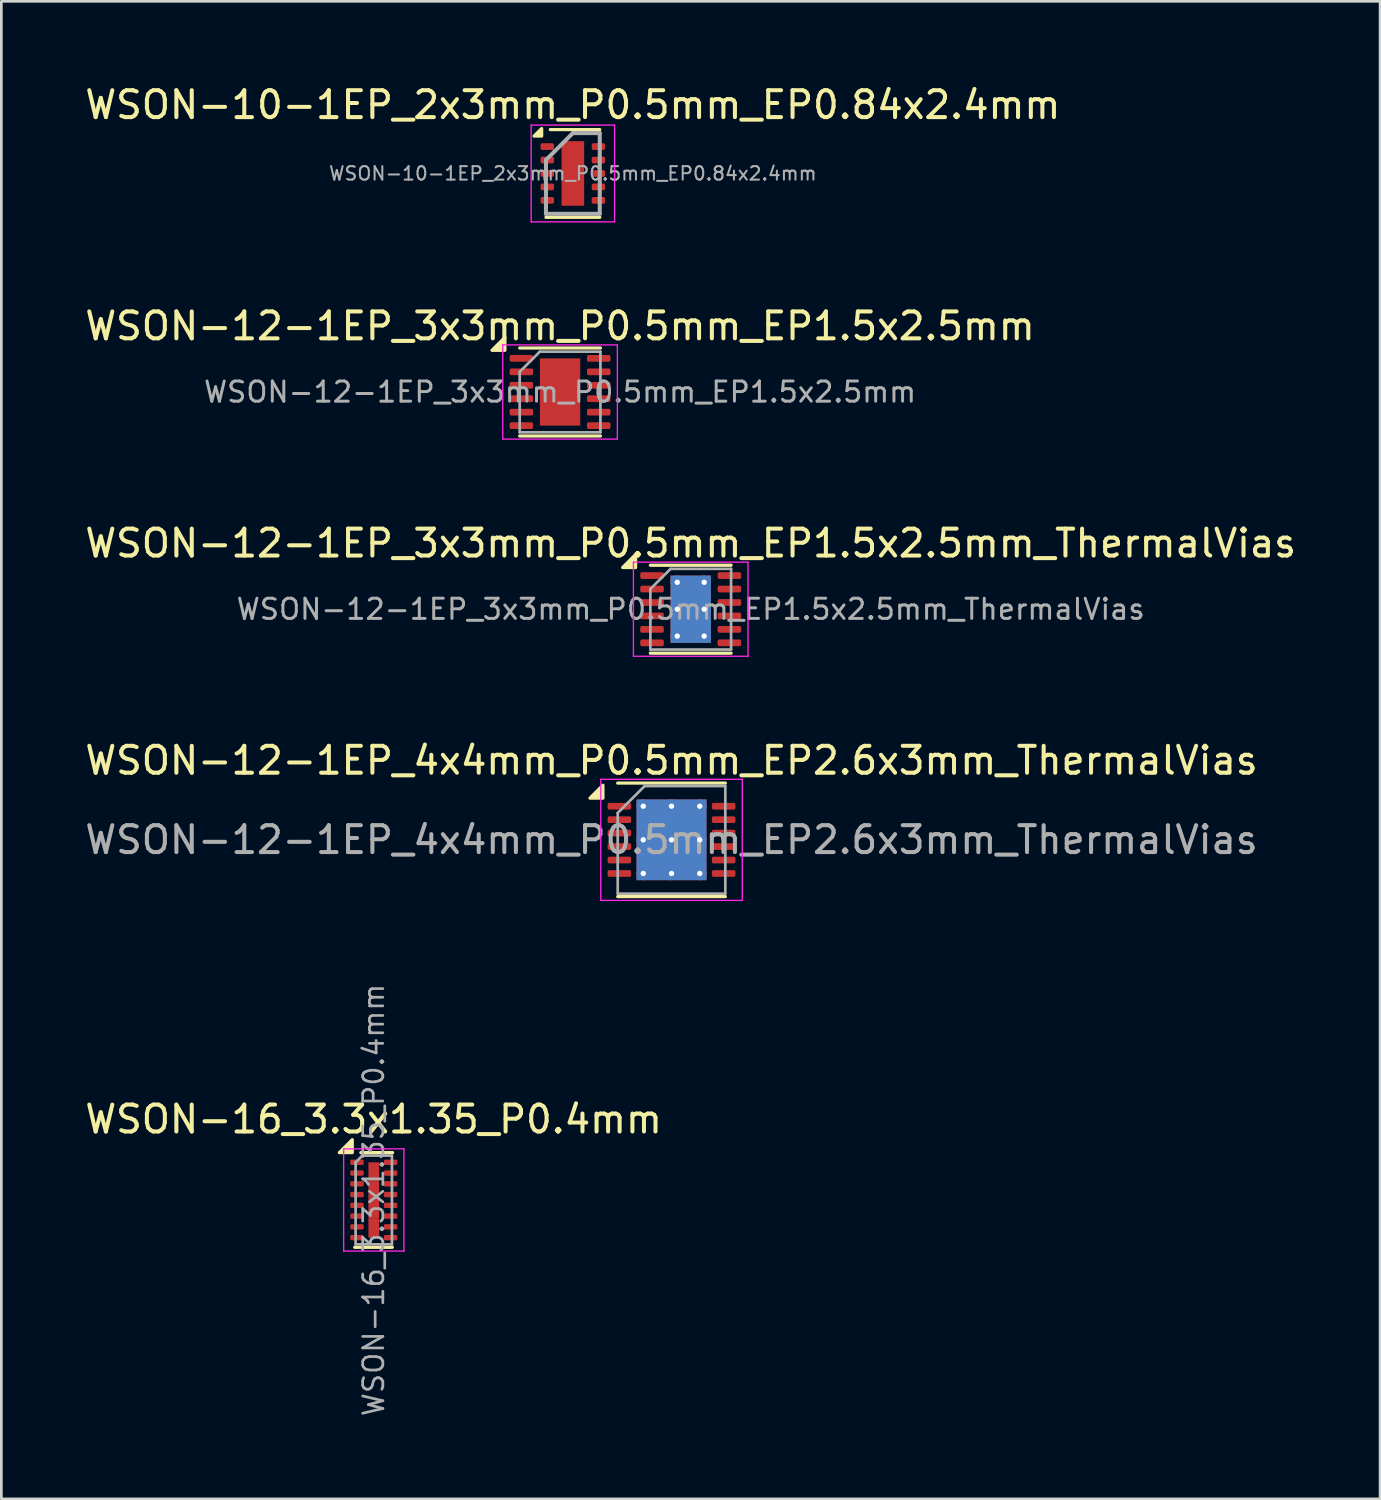
<source format=kicad_pcb>
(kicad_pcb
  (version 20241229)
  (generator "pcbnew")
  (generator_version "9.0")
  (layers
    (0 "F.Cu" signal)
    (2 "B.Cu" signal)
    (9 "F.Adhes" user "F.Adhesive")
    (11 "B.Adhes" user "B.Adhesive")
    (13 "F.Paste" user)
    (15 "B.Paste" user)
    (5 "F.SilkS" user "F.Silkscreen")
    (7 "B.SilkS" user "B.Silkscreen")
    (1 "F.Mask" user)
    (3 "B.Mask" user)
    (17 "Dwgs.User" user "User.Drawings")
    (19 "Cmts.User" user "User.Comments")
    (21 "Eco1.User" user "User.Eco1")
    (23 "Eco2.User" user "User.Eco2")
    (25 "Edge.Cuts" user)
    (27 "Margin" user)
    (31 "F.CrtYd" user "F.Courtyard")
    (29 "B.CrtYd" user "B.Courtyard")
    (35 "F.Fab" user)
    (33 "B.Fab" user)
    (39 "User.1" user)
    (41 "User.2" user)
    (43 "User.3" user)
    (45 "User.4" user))
  (footprint "WSON-10-1EP_2x3mm_P0.5mm_EP0.84x2.4mm"
    (layer "F.Cu")
    (at 18.244 3.398)
    (property "Reference" "WSON-10-1EP_2x3mm_P0.5mm_EP0.84x2.4mm" (at 0 -2.55 0) (layer "F.SilkS") (effects (font (size 1 1) (thickness 0.15))))
    (attr smd)
    (fp_line (start -1 1.63) (end 1 1.63) (stroke (width 0.12) (type solid)) (layer "F.SilkS"))
    (fp_line (start -0.84 -1.63) (end 1 -1.63) (stroke (width 0.12) (type solid)) (layer "F.SilkS"))
    (fp_poly (pts (xy -1.16 -1.39) (xy -1.44 -1.39) (xy -1.16 -1.67) (xy -1.16 -1.39)) (stroke (width 0.12) (type solid)) (fill yes) (layer "F.SilkS"))
    (fp_line (start -1.55 -1.8) (end -1.55 1.8) (stroke (width 0.05) (type solid)) (layer "F.CrtYd"))
    (fp_line (start -1.55 -1.8) (end 1.55 -1.8) (stroke (width 0.05) (type solid)) (layer "F.CrtYd"))
    (fp_line (start -1.55 1.8) (end 1.55 1.8) (stroke (width 0.05) (type solid)) (layer "F.CrtYd"))
    (fp_line (start 1.55 -1.8) (end 1.55 1.8) (stroke (width 0.05) (type solid)) (layer "F.CrtYd"))
    (fp_line (start -1 -0.5) (end 0 -1.5) (stroke (width 0.15) (type solid)) (layer "F.Fab"))
    (fp_line (start -1 1.5) (end -1 -0.5) (stroke (width 0.15) (type solid)) (layer "F.Fab"))
    (fp_line (start 0 -1.5) (end 1 -1.5) (stroke (width 0.15) (type solid)) (layer "F.Fab"))
    (fp_line (start 1 -1.5) (end 1 1.5) (stroke (width 0.15) (type solid)) (layer "F.Fab"))
    (fp_line (start 1 1.5) (end -1 1.5) (stroke (width 0.15) (type solid)) (layer "F.Fab"))
    (fp_text user "${REFERENCE}" (at 0 0 0) (layer "F.Fab") (effects (font (size 0.5 0.5) (thickness 0.075))))
    (pad "" smd rect (at 0 -0.8) (size 0.65 0.61) (layers "F.Paste"))
    (pad "" smd rect (at 0 0) (size 0.65 0.61) (layers "F.Paste"))
    (pad "" smd rect (at 0 0.8) (size 0.65 0.61) (layers "F.Paste"))
    (pad "1" smd roundrect (at -0.95 -1) (size 0.5 0.25) (layers "F.Cu" "F.Mask" "F.Paste") (roundrect_rratio 0.25))
    (pad "2" smd roundrect (at -0.95 -0.5) (size 0.5 0.25) (layers "F.Cu" "F.Mask" "F.Paste") (roundrect_rratio 0.25))
    (pad "3" smd roundrect (at -0.95 0) (size 0.5 0.25) (layers "F.Cu" "F.Mask" "F.Paste") (roundrect_rratio 0.25))
    (pad "4" smd roundrect (at -0.95 0.5) (size 0.5 0.25) (layers "F.Cu" "F.Mask" "F.Paste") (roundrect_rratio 0.25))
    (pad "5" smd roundrect (at -0.95 1) (size 0.5 0.25) (layers "F.Cu" "F.Mask" "F.Paste") (roundrect_rratio 0.25))
    (pad "6" smd roundrect (at 0.95 1) (size 0.5 0.25) (layers "F.Cu" "F.Mask" "F.Paste") (roundrect_rratio 0.25))
    (pad "7" smd roundrect (at 0.95 0.5) (size 0.5 0.25) (layers "F.Cu" "F.Mask" "F.Paste") (roundrect_rratio 0.25))
    (pad "8" smd roundrect (at 0.95 0) (size 0.5 0.25) (layers "F.Cu" "F.Mask" "F.Paste") (roundrect_rratio 0.25))
    (pad "9" smd roundrect (at 0.95 -0.5) (size 0.5 0.25) (layers "F.Cu" "F.Mask" "F.Paste") (roundrect_rratio 0.25))
    (pad "10" smd roundrect (at 0.95 -1) (size 0.5 0.25) (layers "F.Cu" "F.Mask" "F.Paste") (roundrect_rratio 0.25))
    (pad "11" smd rect (at 0 0) (size 0.84 2.4) (layers "F.Cu" "F.Mask")))
  (footprint "WSON-12-1EP_3x3mm_P0.5mm_EP1.5x2.5mm_ThermalVias"
    (layer "F.Cu")
    (at 22.625 19.595)
    (property "Reference" "WSON-12-1EP_3x3mm_P0.5mm_EP1.5x2.5mm_ThermalVias" (at 0 -2.45 0) (layer "F.SilkS") (effects (font (size 1 1) (thickness 0.15))))
    (attr smd)
    (fp_line (start -1.5 -1.635) (end 1.5 -1.635) (stroke (width 0.12) (type solid)) (layer "F.SilkS"))
    (fp_line (start -1.5 1.635) (end 1.5 1.635) (stroke (width 0.12) (type solid)) (layer "F.SilkS"))
    (fp_poly (pts (xy -2.05 -1.55) (xy -2.53 -1.55) (xy -2.05 -2.03) (xy -2.05 -1.55)) (stroke (width 0.12) (type solid)) (fill yes) (layer "F.SilkS"))
    (fp_line (start -2.13 -1.75) (end -2.13 1.75) (stroke (width 0.05) (type solid)) (layer "F.CrtYd"))
    (fp_line (start -2.13 1.75) (end 2.13 1.75) (stroke (width 0.05) (type solid)) (layer "F.CrtYd"))
    (fp_line (start 2.13 -1.75) (end -2.13 -1.75) (stroke (width 0.05) (type solid)) (layer "F.CrtYd"))
    (fp_line (start 2.13 1.75) (end 2.13 -1.75) (stroke (width 0.05) (type solid)) (layer "F.CrtYd"))
    (fp_line (start -1.5 -0.75) (end -0.75 -1.5) (stroke (width 0.1) (type solid)) (layer "F.Fab"))
    (fp_line (start -1.5 1.5) (end -1.5 -0.75) (stroke (width 0.1) (type solid)) (layer "F.Fab"))
    (fp_line (start -0.75 -1.5) (end 1.5 -1.5) (stroke (width 0.1) (type solid)) (layer "F.Fab"))
    (fp_line (start 1.5 -1.5) (end 1.5 1.5) (stroke (width 0.1) (type solid)) (layer "F.Fab"))
    (fp_line (start 1.5 1.5) (end -1.5 1.5) (stroke (width 0.1) (type solid)) (layer "F.Fab"))
    (fp_text user "${REFERENCE}" (at 0 0 0) (layer "F.Fab") (effects (font (size 0.75 0.75) (thickness 0.11))))
    (pad "" smd roundrect (at -0.375 -0.625) (size 0.65 1.08) (layers "F.Paste") (roundrect_rratio 0.25))
    (pad "" smd roundrect (at -0.375 0.625) (size 0.65 1.08) (layers "F.Paste") (roundrect_rratio 0.25))
    (pad "" smd roundrect (at 0.375 -0.625) (size 0.65 1.08) (layers "F.Paste") (roundrect_rratio 0.25))
    (pad "" smd roundrect (at 0.375 0.625) (size 0.65 1.08) (layers "F.Paste") (roundrect_rratio 0.25))
    (pad "1" smd roundrect (at -1.438 -1.25) (size 0.875 0.25) (layers "F.Cu" "F.Mask" "F.Paste") (roundrect_rratio 0.25))
    (pad "2" smd roundrect (at -1.438 -0.75) (size 0.875 0.25) (layers "F.Cu" "F.Mask" "F.Paste") (roundrect_rratio 0.25))
    (pad "3" smd roundrect (at -1.438 -0.25) (size 0.875 0.25) (layers "F.Cu" "F.Mask" "F.Paste") (roundrect_rratio 0.25))
    (pad "4" smd roundrect (at -1.438 0.25) (size 0.875 0.25) (layers "F.Cu" "F.Mask" "F.Paste") (roundrect_rratio 0.25))
    (pad "5" smd roundrect (at -1.438 0.75) (size 0.875 0.25) (layers "F.Cu" "F.Mask" "F.Paste") (roundrect_rratio 0.25))
    (pad "6" smd roundrect (at -1.438 1.25) (size 0.875 0.25) (layers "F.Cu" "F.Mask" "F.Paste") (roundrect_rratio 0.25))
    (pad "7" smd roundrect (at 1.438 1.25) (size 0.875 0.25) (layers "F.Cu" "F.Mask" "F.Paste") (roundrect_rratio 0.25))
    (pad "8" smd roundrect (at 1.438 0.75) (size 0.875 0.25) (layers "F.Cu" "F.Mask" "F.Paste") (roundrect_rratio 0.25))
    (pad "9" smd roundrect (at 1.438 0.25) (size 0.875 0.25) (layers "F.Cu" "F.Mask" "F.Paste") (roundrect_rratio 0.25))
    (pad "10" smd roundrect (at 1.438 -0.25) (size 0.875 0.25) (layers "F.Cu" "F.Mask" "F.Paste") (roundrect_rratio 0.25))
    (pad "11" smd roundrect (at 1.438 -0.75) (size 0.875 0.25) (layers "F.Cu" "F.Mask" "F.Paste") (roundrect_rratio 0.25))
    (pad "12" smd roundrect (at 1.438 -1.25) (size 0.875 0.25) (layers "F.Cu" "F.Mask" "F.Paste") (roundrect_rratio 0.25))
    (pad "13" thru_hole circle (at -0.5 -1) (size 0.5 0.5) (drill 0.2) (property pad_prop_heatsink) (layers "*.Cu"))
    (pad "13" thru_hole circle (at -0.5 0) (size 0.5 0.5) (drill 0.2) (property pad_prop_heatsink) (layers "*.Cu"))
    (pad "13" thru_hole circle (at -0.5 1) (size 0.5 0.5) (drill 0.2) (property pad_prop_heatsink) (layers "*.Cu"))
    (pad "13" smd rect (at 0 0) (size 1.5 2.5) (property pad_prop_heatsink) (layers "F.Cu" "F.Mask"))
    (pad "13" smd rect (at 0 0) (size 1.5 2.5) (property pad_prop_heatsink) (layers "B.Cu"))
    (pad "13" thru_hole circle (at 0.5 -1) (size 0.5 0.5) (drill 0.2) (property pad_prop_heatsink) (layers "*.Cu"))
    (pad "13" thru_hole circle (at 0.5 0) (size 0.5 0.5) (drill 0.2) (property pad_prop_heatsink) (layers "*.Cu"))
    (pad "13" thru_hole circle (at 0.5 1) (size 0.5 0.5) (drill 0.2) (property pad_prop_heatsink) (layers "*.Cu")))
  (footprint "WSON-12-1EP_3x3mm_P0.5mm_EP1.5x2.5mm"
    (layer "F.Cu")
    (at 17.768 11.521)
    (property "Reference" "WSON-12-1EP_3x3mm_P0.5mm_EP1.5x2.5mm" (at 0 -2.45 0) (layer "F.SilkS") (effects (font (size 1 1) (thickness 0.15))))
    (attr smd)
    (fp_line (start -1.5 -1.635) (end 1.5 -1.635) (stroke (width 0.12) (type solid)) (layer "F.SilkS"))
    (fp_line (start -1.5 1.635) (end 1.5 1.635) (stroke (width 0.12) (type solid)) (layer "F.SilkS"))
    (fp_poly (pts (xy -2.05 -1.55) (xy -2.53 -1.55) (xy -2.05 -2.03) (xy -2.05 -1.55)) (stroke (width 0.12) (type solid)) (fill yes) (layer "F.SilkS"))
    (fp_line (start -2.13 -1.75) (end -2.13 1.75) (stroke (width 0.05) (type solid)) (layer "F.CrtYd"))
    (fp_line (start -2.13 1.75) (end 2.13 1.75) (stroke (width 0.05) (type solid)) (layer "F.CrtYd"))
    (fp_line (start 2.13 -1.75) (end -2.13 -1.75) (stroke (width 0.05) (type solid)) (layer "F.CrtYd"))
    (fp_line (start 2.13 1.75) (end 2.13 -1.75) (stroke (width 0.05) (type solid)) (layer "F.CrtYd"))
    (fp_line (start -1.5 -0.75) (end -0.75 -1.5) (stroke (width 0.1) (type solid)) (layer "F.Fab"))
    (fp_line (start -1.5 1.5) (end -1.5 -0.75) (stroke (width 0.1) (type solid)) (layer "F.Fab"))
    (fp_line (start -0.75 -1.5) (end 1.5 -1.5) (stroke (width 0.1) (type solid)) (layer "F.Fab"))
    (fp_line (start 1.5 -1.5) (end 1.5 1.5) (stroke (width 0.1) (type solid)) (layer "F.Fab"))
    (fp_line (start 1.5 1.5) (end -1.5 1.5) (stroke (width 0.1) (type solid)) (layer "F.Fab"))
    (fp_text user "${REFERENCE}" (at 0 0 0) (layer "F.Fab") (effects (font (size 0.75 0.75) (thickness 0.11))))
    (pad "" smd roundrect (at -0.375 -0.625) (size 0.6 1.01) (layers "F.Paste") (roundrect_rratio 0.25))
    (pad "" smd roundrect (at -0.375 0.625) (size 0.6 1.01) (layers "F.Paste") (roundrect_rratio 0.25))
    (pad "" smd roundrect (at 0.375 -0.625) (size 0.6 1.01) (layers "F.Paste") (roundrect_rratio 0.25))
    (pad "" smd roundrect (at 0.375 0.625) (size 0.6 1.01) (layers "F.Paste") (roundrect_rratio 0.25))
    (pad "1" smd roundrect (at -1.438 -1.25) (size 0.875 0.25) (layers "F.Cu" "F.Mask" "F.Paste") (roundrect_rratio 0.25))
    (pad "2" smd roundrect (at -1.438 -0.75) (size 0.875 0.25) (layers "F.Cu" "F.Mask" "F.Paste") (roundrect_rratio 0.25))
    (pad "3" smd roundrect (at -1.438 -0.25) (size 0.875 0.25) (layers "F.Cu" "F.Mask" "F.Paste") (roundrect_rratio 0.25))
    (pad "4" smd roundrect (at -1.438 0.25) (size 0.875 0.25) (layers "F.Cu" "F.Mask" "F.Paste") (roundrect_rratio 0.25))
    (pad "5" smd roundrect (at -1.438 0.75) (size 0.875 0.25) (layers "F.Cu" "F.Mask" "F.Paste") (roundrect_rratio 0.25))
    (pad "6" smd roundrect (at -1.438 1.25) (size 0.875 0.25) (layers "F.Cu" "F.Mask" "F.Paste") (roundrect_rratio 0.25))
    (pad "7" smd roundrect (at 1.438 1.25) (size 0.875 0.25) (layers "F.Cu" "F.Mask" "F.Paste") (roundrect_rratio 0.25))
    (pad "8" smd roundrect (at 1.438 0.75) (size 0.875 0.25) (layers "F.Cu" "F.Mask" "F.Paste") (roundrect_rratio 0.25))
    (pad "9" smd roundrect (at 1.438 0.25) (size 0.875 0.25) (layers "F.Cu" "F.Mask" "F.Paste") (roundrect_rratio 0.25))
    (pad "10" smd roundrect (at 1.438 -0.25) (size 0.875 0.25) (layers "F.Cu" "F.Mask" "F.Paste") (roundrect_rratio 0.25))
    (pad "11" smd roundrect (at 1.438 -0.75) (size 0.875 0.25) (layers "F.Cu" "F.Mask" "F.Paste") (roundrect_rratio 0.25))
    (pad "12" smd roundrect (at 1.438 -1.25) (size 0.875 0.25) (layers "F.Cu" "F.Mask" "F.Paste") (roundrect_rratio 0.25))
    (pad "13" smd rect (at 0 0) (size 1.5 2.5) (property pad_prop_heatsink) (layers "F.Cu" "F.Mask")))
  (footprint "WSON-16_3.3x1.35_P0.4mm"
    (layer "F.Cu")
    (at 10.844 41.554)
    (property "Reference" "WSON-16_3.3x1.35_P0.4mm" (at -0.005 -3 0) (layer "F.SilkS") (effects (font (size 1 1) (thickness 0.15))))
    (attr smd)
    (fp_line (start 0.69 1.76) (end -0.71 1.76) (stroke (width 0.12) (type solid)) (layer "F.SilkS"))
    (fp_line (start 0.7 -1.76) (end -0.48 -1.76) (stroke (width 0.12) (type solid)) (layer "F.SilkS"))
    (fp_poly (pts (xy -0.8 -1.76) (xy -1.28 -1.76) (xy -0.8 -2.24) (xy -0.8 -1.76)) (stroke (width 0.12) (type solid)) (fill yes) (layer "F.SilkS"))
    (fp_line (start -1.12 -1.9) (end 1.12 -1.9) (stroke (width 0.05) (type solid)) (layer "F.CrtYd"))
    (fp_line (start -1.12 1.9) (end -1.12 -1.9) (stroke (width 0.05) (type solid)) (layer "F.CrtYd"))
    (fp_line (start 1.12 -1.9) (end 1.12 1.9) (stroke (width 0.05) (type solid)) (layer "F.CrtYd"))
    (fp_line (start 1.12 1.9) (end -1.12 1.9) (stroke (width 0.05) (type solid)) (layer "F.CrtYd"))
    (fp_line (start -0.675 1.65) (end -0.675 -1.4) (stroke (width 0.1) (type solid)) (layer "F.Fab"))
    (fp_line (start -0.425 -1.65) (end -0.675 -1.4) (stroke (width 0.1) (type solid)) (layer "F.Fab"))
    (fp_line (start -0.425 -1.65) (end 0.675 -1.65) (stroke (width 0.1) (type solid)) (layer "F.Fab"))
    (fp_line (start 0.675 -1.65) (end 0.675 1.65) (stroke (width 0.1) (type solid)) (layer "F.Fab"))
    (fp_line (start 0.675 1.65) (end -0.675 1.65) (stroke (width 0.1) (type solid)) (layer "F.Fab"))
    (fp_text user "${REFERENCE}" (at -0.005 0 90) (layer "F.Fab") (effects (font (size 0.75 0.75) (thickness 0.1))))
    (pad "1" smd roundrect (at -0.625 -1.4 270) (size 0.2 0.5) (layers "F.Cu" "F.Mask" "F.Paste") (roundrect_rratio 0.25))
    (pad "2" smd roundrect (at -0.625 -1 270) (size 0.2 0.5) (layers "F.Cu" "F.Mask" "F.Paste") (roundrect_rratio 0.25))
    (pad "3" smd roundrect (at -0.625 -0.6 270) (size 0.2 0.5) (layers "F.Cu" "F.Mask" "F.Paste") (roundrect_rratio 0.25))
    (pad "4" smd roundrect (at -0.625 -0.2 270) (size 0.2 0.5) (layers "F.Cu" "F.Mask" "F.Paste") (roundrect_rratio 0.25))
    (pad "5" smd roundrect (at -0.625 0.2 270) (size 0.2 0.5) (layers "F.Cu" "F.Mask" "F.Paste") (roundrect_rratio 0.25))
    (pad "6" smd roundrect (at -0.625 0.6 270) (size 0.2 0.5) (layers "F.Cu" "F.Mask" "F.Paste") (roundrect_rratio 0.25))
    (pad "7" smd roundrect (at -0.625 1 270) (size 0.2 0.5) (layers "F.Cu" "F.Mask" "F.Paste") (roundrect_rratio 0.25))
    (pad "8" smd roundrect (at -0.625 1.4 270) (size 0.2 0.5) (layers "F.Cu" "F.Mask" "F.Paste") (roundrect_rratio 0.25))
    (pad "9" smd roundrect (at 0.625 1.4 270) (size 0.2 0.5) (layers "F.Cu" "F.Mask" "F.Paste") (roundrect_rratio 0.25))
    (pad "10" smd roundrect (at 0.625 1 270) (size 0.2 0.5) (layers "F.Cu" "F.Mask" "F.Paste") (roundrect_rratio 0.25))
    (pad "11" smd roundrect (at 0.625 0.6 270) (size 0.2 0.5) (layers "F.Cu" "F.Mask" "F.Paste") (roundrect_rratio 0.25))
    (pad "12" smd roundrect (at 0.625 0.2 270) (size 0.2 0.5) (layers "F.Cu" "F.Mask" "F.Paste") (roundrect_rratio 0.25))
    (pad "13" smd roundrect (at 0.625 -0.2 270) (size 0.2 0.5) (layers "F.Cu" "F.Mask" "F.Paste") (roundrect_rratio 0.25))
    (pad "14" smd roundrect (at 0.625 -0.6 270) (size 0.2 0.5) (layers "F.Cu" "F.Mask" "F.Paste") (roundrect_rratio 0.25))
    (pad "15" smd roundrect (at 0.625 -1 270) (size 0.2 0.5) (layers "F.Cu" "F.Mask" "F.Paste") (roundrect_rratio 0.25))
    (pad "16" smd roundrect (at 0.625 -1.4 270) (size 0.2 0.5) (layers "F.Cu" "F.Mask" "F.Paste") (roundrect_rratio 0.25))
    (pad "17" smd rect (at 0 -1.05 270) (size 0.7 0.4) (layers "F.Cu" "F.Mask" "F.Paste"))
    (pad "17" smd rect (at 0 -0.35 270) (size 0.7 0.4) (layers "F.Cu" "F.Mask" "F.Paste"))
    (pad "17" smd rect (at 0 0.35 270) (size 0.7 0.4) (layers "F.Cu" "F.Mask" "F.Paste"))
    (pad "17" smd rect (at 0 1.05 270) (size 0.7 0.4) (layers "F.Cu" "F.Mask" "F.Paste")))
  (footprint "WSON-12-1EP_4x4mm_P0.5mm_EP2.6x3mm_ThermalVias"
    (layer "F.Cu")
    (at 21.911 28.168)
    (property "Reference" "WSON-12-1EP_4x4mm_P0.5mm_EP2.6x3mm_ThermalVias" (at 0 -2.95 0) (layer "F.SilkS") (effects (font (size 1 1) (thickness 0.15))))
    (attr smd)
    (fp_line (start -2 -2.11) (end 2 -2.11) (stroke (width 0.12) (type solid)) (layer "F.SilkS"))
    (fp_line (start -2 2.11) (end 2 2.11) (stroke (width 0.12) (type solid)) (layer "F.SilkS"))
    (fp_poly (pts (xy -2.55 -1.55) (xy -3.03 -1.55) (xy -2.55 -2.03) (xy -2.55 -1.55)) (stroke (width 0.12) (type solid)) (fill yes) (layer "F.SilkS"))
    (fp_line (start -2.63 -2.25) (end -2.63 2.25) (stroke (width 0.05) (type solid)) (layer "F.CrtYd"))
    (fp_line (start -2.63 2.25) (end 2.63 2.25) (stroke (width 0.05) (type solid)) (layer "F.CrtYd"))
    (fp_line (start 2.63 -2.25) (end -2.63 -2.25) (stroke (width 0.05) (type solid)) (layer "F.CrtYd"))
    (fp_line (start 2.63 2.25) (end 2.63 -2.25) (stroke (width 0.05) (type solid)) (layer "F.CrtYd"))
    (fp_line (start -2 -1) (end -1 -2) (stroke (width 0.1) (type solid)) (layer "F.Fab"))
    (fp_line (start -2 2) (end -2 -1) (stroke (width 0.1) (type solid)) (layer "F.Fab"))
    (fp_line (start -1 -2) (end 2 -2) (stroke (width 0.1) (type solid)) (layer "F.Fab"))
    (fp_line (start 2 -2) (end 2 2) (stroke (width 0.1) (type solid)) (layer "F.Fab"))
    (fp_line (start 2 2) (end -2 2) (stroke (width 0.1) (type solid)) (layer "F.Fab"))
    (fp_text user "${REFERENCE}" (at 0 0 0) (layer "F.Fab") (effects (font (size 1 1) (thickness 0.15))))
    (pad "" smd roundrect (at -0.65 -0.75) (size 1.13 1.3) (layers "F.Paste") (roundrect_rratio 0.221))
    (pad "" smd roundrect (at -0.65 0.75) (size 1.13 1.3) (layers "F.Paste") (roundrect_rratio 0.221))
    (pad "" smd roundrect (at 0.65 -0.75) (size 1.13 1.3) (layers "F.Paste") (roundrect_rratio 0.221))
    (pad "" smd roundrect (at 0.65 0.75) (size 1.13 1.3) (layers "F.Paste") (roundrect_rratio 0.221))
    (pad "1" smd roundrect (at -1.938 -1.25) (size 0.875 0.25) (layers "F.Cu" "F.Mask" "F.Paste") (roundrect_rratio 0.25))
    (pad "2" smd roundrect (at -1.938 -0.75) (size 0.875 0.25) (layers "F.Cu" "F.Mask" "F.Paste") (roundrect_rratio 0.25))
    (pad "3" smd roundrect (at -1.938 -0.25) (size 0.875 0.25) (layers "F.Cu" "F.Mask" "F.Paste") (roundrect_rratio 0.25))
    (pad "4" smd roundrect (at -1.938 0.25) (size 0.875 0.25) (layers "F.Cu" "F.Mask" "F.Paste") (roundrect_rratio 0.25))
    (pad "5" smd roundrect (at -1.938 0.75) (size 0.875 0.25) (layers "F.Cu" "F.Mask" "F.Paste") (roundrect_rratio 0.25))
    (pad "6" smd roundrect (at -1.938 1.25) (size 0.875 0.25) (layers "F.Cu" "F.Mask" "F.Paste") (roundrect_rratio 0.25))
    (pad "7" smd roundrect (at 1.938 1.25) (size 0.875 0.25) (layers "F.Cu" "F.Mask" "F.Paste") (roundrect_rratio 0.25))
    (pad "8" smd roundrect (at 1.938 0.75) (size 0.875 0.25) (layers "F.Cu" "F.Mask" "F.Paste") (roundrect_rratio 0.25))
    (pad "9" smd roundrect (at 1.938 0.25) (size 0.875 0.25) (layers "F.Cu" "F.Mask" "F.Paste") (roundrect_rratio 0.25))
    (pad "10" smd roundrect (at 1.938 -0.25) (size 0.875 0.25) (layers "F.Cu" "F.Mask" "F.Paste") (roundrect_rratio 0.25))
    (pad "11" smd roundrect (at 1.938 -0.75) (size 0.875 0.25) (layers "F.Cu" "F.Mask" "F.Paste") (roundrect_rratio 0.25))
    (pad "12" smd roundrect (at 1.938 -1.25) (size 0.875 0.25) (layers "F.Cu" "F.Mask" "F.Paste") (roundrect_rratio 0.25))
    (pad "13" thru_hole circle (at -1.05 -1.25) (size 0.5 0.5) (drill 0.2) (property pad_prop_heatsink) (layers "*.Cu"))
    (pad "13" thru_hole circle (at -1.05 0) (size 0.5 0.5) (drill 0.2) (property pad_prop_heatsink) (layers "*.Cu"))
    (pad "13" thru_hole circle (at -1.05 1.25) (size 0.5 0.5) (drill 0.2) (property pad_prop_heatsink) (layers "*.Cu"))
    (pad "13" thru_hole circle (at 0 -1.25) (size 0.5 0.5) (drill 0.2) (property pad_prop_heatsink) (layers "*.Cu"))
    (pad "13" thru_hole circle (at 0 0) (size 0.5 0.5) (drill 0.2) (property pad_prop_heatsink) (layers "*.Cu"))
    (pad "13" smd rect (at 0 0) (size 2.6 3) (property pad_prop_heatsink) (layers "F.Cu" "F.Mask"))
    (pad "13" smd rect (at 0 0) (size 2.6 3) (property pad_prop_heatsink) (layers "B.Cu"))
    (pad "13" thru_hole circle (at 0 1.25) (size 0.5 0.5) (drill 0.2) (property pad_prop_heatsink) (layers "*.Cu"))
    (pad "13" thru_hole circle (at 1.05 -1.25) (size 0.5 0.5) (drill 0.2) (property pad_prop_heatsink) (layers "*.Cu"))
    (pad "13" thru_hole circle (at 1.05 0) (size 0.5 0.5) (drill 0.2) (property pad_prop_heatsink) (layers "*.Cu"))
    (pad "13" thru_hole circle (at 1.05 1.25) (size 0.5 0.5) (drill 0.2) (property pad_prop_heatsink) (layers "*.Cu")))
  (gr_rect
    (start -3 -3)
    (end 48.25 52.664)
    (stroke (width 0.1) (type default))
    (fill no)
    (layer "Edge.Cuts")))
</source>
